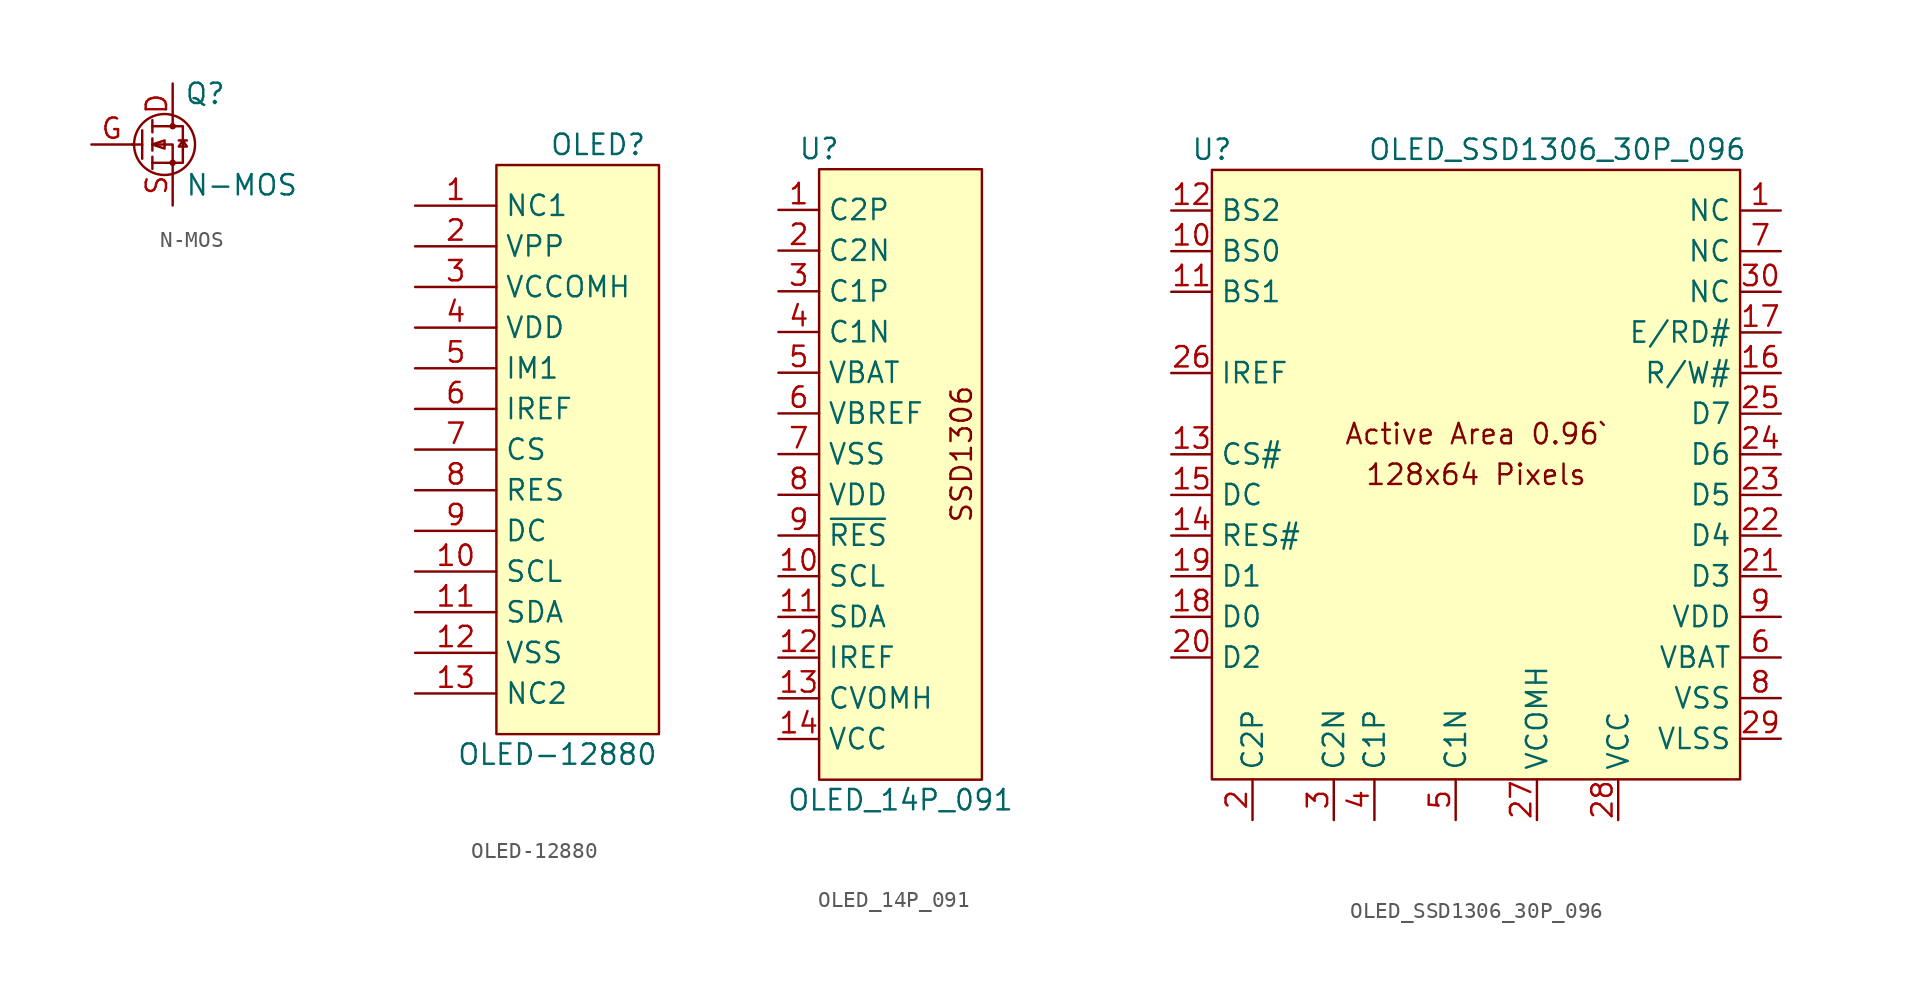
<source format=kicad_sym>
(kicad_symbol_lib
  (version 20220914)
  (generator kicad_symbol_editor)
  (symbol "N-MOS"
    (pin_names hide)
    (property "Reference" "Q"
      (at 3.302 3.175 0)
      (effects (font (size 1.27 1.27))))
    (property "Value" "N-MOS"
      (at 5.588 -2.54 0)
      (effects (font (size 1.27 1.27))))
    (symbol "N-MOS_0_1"
      (polyline (pts (xy -1.27 0) (xy -0.635 0)) (stroke (width 0) (type default)) (fill (type none)))
      (polyline (pts (xy -0.635 0.889) (xy -0.635 -0.889)) (stroke (width 0) (type default)) (fill (type none)))
      (polyline (pts (xy 0 -0.762) (xy 0 -1.524)) (stroke (width 0) (type default)) (fill (type none)))
      (polyline (pts (xy 0 0.381) (xy 0 -0.381)) (stroke (width 0) (type default)) (fill (type none)))
      (polyline (pts (xy 0 1.524) (xy 0 0.762)) (stroke (width 0) (type default)) (fill (type none)))
      (polyline (pts (xy 1.27 -1.143) (xy 0 -1.143)) (stroke (width 0) (type default)) (fill (type none)))
      (polyline (pts (xy 1.27 1.143) (xy 0 1.143)) (stroke (width 0) (type default)) (fill (type none)))
      (polyline (pts (xy 1.651 0.254) (xy 2.159 0.254)) (stroke (width 0) (type default)) (fill (type none)))
      (polyline (pts (xy 1.27 -1.143) (xy 1.27 0) (xy 0 0)) (stroke (width 0) (type default)) (fill (type none)))
      (polyline (pts (xy 0 0) (xy 0.762 0.254) (xy 0.762 -0.254) (xy 0 0)) (stroke (width 0) (type default)) (fill (type none)))
      (polyline (pts (xy 1.27 -1.143) (xy 1.905 -1.143) (xy 1.905 1.143) (xy 1.27 1.143)) (stroke (width 0) (type default)) (fill (type none)))
      (polyline (pts (xy 1.905 0.254) (xy 1.651 -0.127) (xy 2.159 -0.127) (xy 1.905 0.254)) (stroke (width 0) (type default)) (fill (type none)))
      (circle (center 0.762 0) (radius 1.905) (stroke (width 0) (type default)) (fill (type none)))
      (circle (center 1.27 -1.143) (radius 0.127) (stroke (width 0) (type default)) (fill (type none)))
      (circle (center 1.27 1.143) (radius 0.127) (stroke (width 0) (type default)) (fill (type none))))
    (symbol "N-MOS_1_1"
      (pin bidirectional line (at 1.27 3.81 270) (length 2.54) (name "D" (effects (font (size 1.27 1.27)))) (number "D" (effects (font (size 1.27 1.27)))))
      (pin bidirectional line (at -3.81 0 0) (length 2.54) (name "G" (effects (font (size 1.27 1.27)))) (number "G" (effects (font (size 1.27 1.27)))))
      (pin bidirectional line (at 1.27 -3.81 90) (length 2.54) (name "S" (effects (font (size 1.27 1.27)))) (number "S" (effects (font (size 1.27 1.27)))))))
  (symbol "OLED-12880"
    (property "Reference" "OLED"
      (at 6.35 1.27 0)
      (effects (font (size 1.27 1.27))))
    (property "Value" "OLED-12880"
      (at 3.81 -36.83 0)
      (effects (font (size 1.27 1.27))))
    (symbol "OLED-12880_0_1"
      (rectangle (start 0 0) (end 10.16 -35.56) (stroke (width 0) (type default)) (fill (type background))))
    (symbol "OLED-12880_1_1"
      (pin passive line (at -5.08 -2.54 0) (length 5.08) (name "NC1" (effects (font (size 1.27 1.27)))) (number "1" (effects (font (size 1.27 1.27)))))
      (pin input line (at -5.08 -25.4 0) (length 5.08) (name "SCL" (effects (font (size 1.27 1.27)))) (number "10" (effects (font (size 1.27 1.27)))))
      (pin bidirectional line (at -5.08 -27.94 0) (length 5.08) (name "SDA" (effects (font (size 1.27 1.27)))) (number "11" (effects (font (size 1.27 1.27)))))
      (pin passive line (at -5.08 -30.48 0) (length 5.08) (name "VSS" (effects (font (size 1.27 1.27)))) (number "12" (effects (font (size 1.27 1.27)))))
      (pin passive line (at -5.08 -33.02 0) (length 5.08) (name "NC2" (effects (font (size 1.27 1.27)))) (number "13" (effects (font (size 1.27 1.27)))))
      (pin passive line (at -5.08 -5.08 0) (length 5.08) (name "VPP" (effects (font (size 1.27 1.27)))) (number "2" (effects (font (size 1.27 1.27)))))
      (pin passive line (at -5.08 -7.62 0) (length 5.08) (name "VCCOMH" (effects (font (size 1.27 1.27)))) (number "3" (effects (font (size 1.27 1.27)))))
      (pin passive line (at -5.08 -10.16 0) (length 5.08) (name "VDD" (effects (font (size 1.27 1.27)))) (number "4" (effects (font (size 1.27 1.27)))))
      (pin passive line (at -5.08 -12.7 0) (length 5.08) (name "IM1" (effects (font (size 1.27 1.27)))) (number "5" (effects (font (size 1.27 1.27)))))
      (pin passive line (at -5.08 -15.24 0) (length 5.08) (name "IREF" (effects (font (size 1.27 1.27)))) (number "6" (effects (font (size 1.27 1.27)))))
      (pin input line (at -5.08 -17.78 0) (length 5.08) (name "CS" (effects (font (size 1.27 1.27)))) (number "7" (effects (font (size 1.27 1.27)))))
      (pin input line (at -5.08 -20.32 0) (length 5.08) (name "RES" (effects (font (size 1.27 1.27)))) (number "8" (effects (font (size 1.27 1.27)))))
      (pin input line (at -5.08 -22.86 0) (length 5.08) (name "DC" (effects (font (size 1.27 1.27)))) (number "9" (effects (font (size 1.27 1.27)))))))
  (symbol "OLED_14P_091"
    (property "Reference" "U"
      (at 0 1.27 0)
      (effects (font (size 1.27 1.27))))
    (property "Value" "OLED_14P_091"
      (at 5.08 -39.37 0)
      (effects (font (size 1.27 1.27))))
    (symbol "OLED_14P_091_0_0"
      (text "SSD1306" (at 8.89 -17.78 900) (effects (font (size 1.27 1.27)))))
    (symbol "OLED_14P_091_0_1"
      (rectangle (start 0 0) (end 10.16 -38.1) (stroke (width 0) (type default)) (fill (type background))))
    (symbol "OLED_14P_091_1_1"
      (pin bidirectional line (at -2.54 -2.54 0) (length 2.54) (name "C2P" (effects (font (size 1.27 1.27)))) (number "1" (effects (font (size 1.27 1.27)))))
      (pin bidirectional line (at -2.54 -25.4 0) (length 2.54) (name "SCL" (effects (font (size 1.27 1.27)))) (number "10" (effects (font (size 1.27 1.27)))))
      (pin bidirectional line (at -2.54 -27.94 0) (length 2.54) (name "SDA" (effects (font (size 1.27 1.27)))) (number "11" (effects (font (size 1.27 1.27)))))
      (pin bidirectional line (at -2.54 -30.48 0) (length 2.54) (name "IREF" (effects (font (size 1.27 1.27)))) (number "12" (effects (font (size 1.27 1.27)))))
      (pin bidirectional line (at -2.54 -33.02 0) (length 2.54) (name "CVOMH" (effects (font (size 1.27 1.27)))) (number "13" (effects (font (size 1.27 1.27)))))
      (pin power_in line (at -2.54 -35.56 0) (length 2.54) (name "VCC" (effects (font (size 1.27 1.27)))) (number "14" (effects (font (size 1.27 1.27)))))
      (pin bidirectional line (at -2.54 -5.08 0) (length 2.54) (name "C2N" (effects (font (size 1.27 1.27)))) (number "2" (effects (font (size 1.27 1.27)))))
      (pin bidirectional line (at -2.54 -7.62 0) (length 2.54) (name "C1P" (effects (font (size 1.27 1.27)))) (number "3" (effects (font (size 1.27 1.27)))))
      (pin bidirectional line (at -2.54 -10.16 0) (length 2.54) (name "C1N" (effects (font (size 1.27 1.27)))) (number "4" (effects (font (size 1.27 1.27)))))
      (pin bidirectional line (at -2.54 -12.7 0) (length 2.54) (name "VBAT" (effects (font (size 1.27 1.27)))) (number "5" (effects (font (size 1.27 1.27)))))
      (pin bidirectional line (at -2.54 -15.24 0) (length 2.54) (name "VBREF" (effects (font (size 1.27 1.27)))) (number "6" (effects (font (size 1.27 1.27)))))
      (pin power_in line (at -2.54 -17.78 0) (length 2.54) (name "VSS" (effects (font (size 1.27 1.27)))) (number "7" (effects (font (size 1.27 1.27)))))
      (pin power_in line (at -2.54 -20.32 0) (length 2.54) (name "VDD" (effects (font (size 1.27 1.27)))) (number "8" (effects (font (size 1.27 1.27)))))
      (pin bidirectional line (at -2.54 -22.86 0) (length 2.54) (name "~{RES}" (effects (font (size 1.27 1.27)))) (number "9" (effects (font (size 1.27 1.27)))))))
  (symbol "OLED_SSD1306_30P_096"
    (property "Reference" "U"
      (at 0 1.27 0)
      (effects (font (size 1.27 1.27))))
    (property "Value" "OLED_SSD1306_30P_096"
      (at 21.59 1.27 0)
      (effects (font (size 1.27 1.27))))
    (symbol "OLED_SSD1306_30P_096_0_0"
      (text "128x64 Pixels" (at 16.51 -19.05 0) (effects (font (size 1.27 1.27))))
      (text "Active Area 0.96`" (at 16.51 -16.51 0) (effects (font (size 1.27 1.27)))))
    (symbol "OLED_SSD1306_30P_096_0_1"
      (rectangle (start 0 0) (end 33.02 -38.1) (stroke (width 0) (type default)) (fill (type background))))
    (symbol "OLED_SSD1306_30P_096_1_1"
      (pin bidirectional line (at 35.56 -2.54 180) (length 2.54) (name "NC" (effects (font (size 1.27 1.27)))) (number "1" (effects (font (size 1.27 1.27)))))
      (pin bidirectional line (at -2.54 -5.08 0) (length 2.54) (name "BS0" (effects (font (size 1.27 1.27)))) (number "10" (effects (font (size 1.27 1.27)))))
      (pin bidirectional line (at -2.54 -7.62 0) (length 2.54) (name "BS1" (effects (font (size 1.27 1.27)))) (number "11" (effects (font (size 1.27 1.27)))))
      (pin bidirectional line (at -2.54 -2.54 0) (length 2.54) (name "BS2" (effects (font (size 1.27 1.27)))) (number "12" (effects (font (size 1.27 1.27)))))
      (pin bidirectional line (at -2.54 -17.78 0) (length 2.54) (name "CS#" (effects (font (size 1.27 1.27)))) (number "13" (effects (font (size 1.27 1.27)))))
      (pin bidirectional line (at -2.54 -22.86 0) (length 2.54) (name "RES#" (effects (font (size 1.27 1.27)))) (number "14" (effects (font (size 1.27 1.27)))))
      (pin bidirectional line (at -2.54 -20.32 0) (length 2.54) (name "DC" (effects (font (size 1.27 1.27)))) (number "15" (effects (font (size 1.27 1.27)))))
      (pin bidirectional line (at 35.56 -12.7 180) (length 2.54) (name "R/W#" (effects (font (size 1.27 1.27)))) (number "16" (effects (font (size 1.27 1.27)))))
      (pin bidirectional line (at 35.56 -10.16 180) (length 2.54) (name "E/RD#" (effects (font (size 1.27 1.27)))) (number "17" (effects (font (size 1.27 1.27)))))
      (pin bidirectional line (at -2.54 -27.94 0) (length 2.54) (name "D0" (effects (font (size 1.27 1.27)))) (number "18" (effects (font (size 1.27 1.27)))))
      (pin bidirectional line (at -2.54 -25.4 0) (length 2.54) (name "D1" (effects (font (size 1.27 1.27)))) (number "19" (effects (font (size 1.27 1.27)))))
      (pin bidirectional line (at 2.54 -40.64 90) (length 2.54) (name "C2P" (effects (font (size 1.27 1.27)))) (number "2" (effects (font (size 1.27 1.27)))))
      (pin bidirectional line (at -2.54 -30.48 0) (length 2.54) (name "D2" (effects (font (size 1.27 1.27)))) (number "20" (effects (font (size 1.27 1.27)))))
      (pin bidirectional line (at 35.56 -25.4 180) (length 2.54) (name "D3" (effects (font (size 1.27 1.27)))) (number "21" (effects (font (size 1.27 1.27)))))
      (pin bidirectional line (at 35.56 -22.86 180) (length 2.54) (name "D4" (effects (font (size 1.27 1.27)))) (number "22" (effects (font (size 1.27 1.27)))))
      (pin bidirectional line (at 35.56 -20.32 180) (length 2.54) (name "D5" (effects (font (size 1.27 1.27)))) (number "23" (effects (font (size 1.27 1.27)))))
      (pin bidirectional line (at 35.56 -17.78 180) (length 2.54) (name "D6" (effects (font (size 1.27 1.27)))) (number "24" (effects (font (size 1.27 1.27)))))
      (pin bidirectional line (at 35.56 -15.24 180) (length 2.54) (name "D7" (effects (font (size 1.27 1.27)))) (number "25" (effects (font (size 1.27 1.27)))))
      (pin bidirectional line (at -2.54 -12.7 0) (length 2.54) (name "IREF" (effects (font (size 1.27 1.27)))) (number "26" (effects (font (size 1.27 1.27)))))
      (pin bidirectional line (at 20.32 -40.64 90) (length 2.54) (name "VCOMH" (effects (font (size 1.27 1.27)))) (number "27" (effects (font (size 1.27 1.27)))))
      (pin bidirectional line (at 25.4 -40.64 90) (length 2.54) (name "VCC" (effects (font (size 1.27 1.27)))) (number "28" (effects (font (size 1.27 1.27)))))
      (pin bidirectional line (at 35.56 -35.56 180) (length 2.54) (name "VLSS" (effects (font (size 1.27 1.27)))) (number "29" (effects (font (size 1.27 1.27)))))
      (pin bidirectional line (at 7.62 -40.64 90) (length 2.54) (name "C2N" (effects (font (size 1.27 1.27)))) (number "3" (effects (font (size 1.27 1.27)))))
      (pin bidirectional line (at 35.56 -7.62 180) (length 2.54) (name "NC" (effects (font (size 1.27 1.27)))) (number "30" (effects (font (size 1.27 1.27)))))
      (pin bidirectional line (at 10.16 -40.64 90) (length 2.54) (name "C1P" (effects (font (size 1.27 1.27)))) (number "4" (effects (font (size 1.27 1.27)))))
      (pin bidirectional line (at 15.24 -40.64 90) (length 2.54) (name "C1N" (effects (font (size 1.27 1.27)))) (number "5" (effects (font (size 1.27 1.27)))))
      (pin bidirectional line (at 35.56 -30.48 180) (length 2.54) (name "VBAT" (effects (font (size 1.27 1.27)))) (number "6" (effects (font (size 1.27 1.27)))))
      (pin bidirectional line (at 35.56 -5.08 180) (length 2.54) (name "NC" (effects (font (size 1.27 1.27)))) (number "7" (effects (font (size 1.27 1.27)))))
      (pin bidirectional line (at 35.56 -33.02 180) (length 2.54) (name "VSS" (effects (font (size 1.27 1.27)))) (number "8" (effects (font (size 1.27 1.27)))))
      (pin bidirectional line (at 35.56 -27.94 180) (length 2.54) (name "VDD" (effects (font (size 1.27 1.27)))) (number "9" (effects (font (size 1.27 1.27))))))))
</source>
